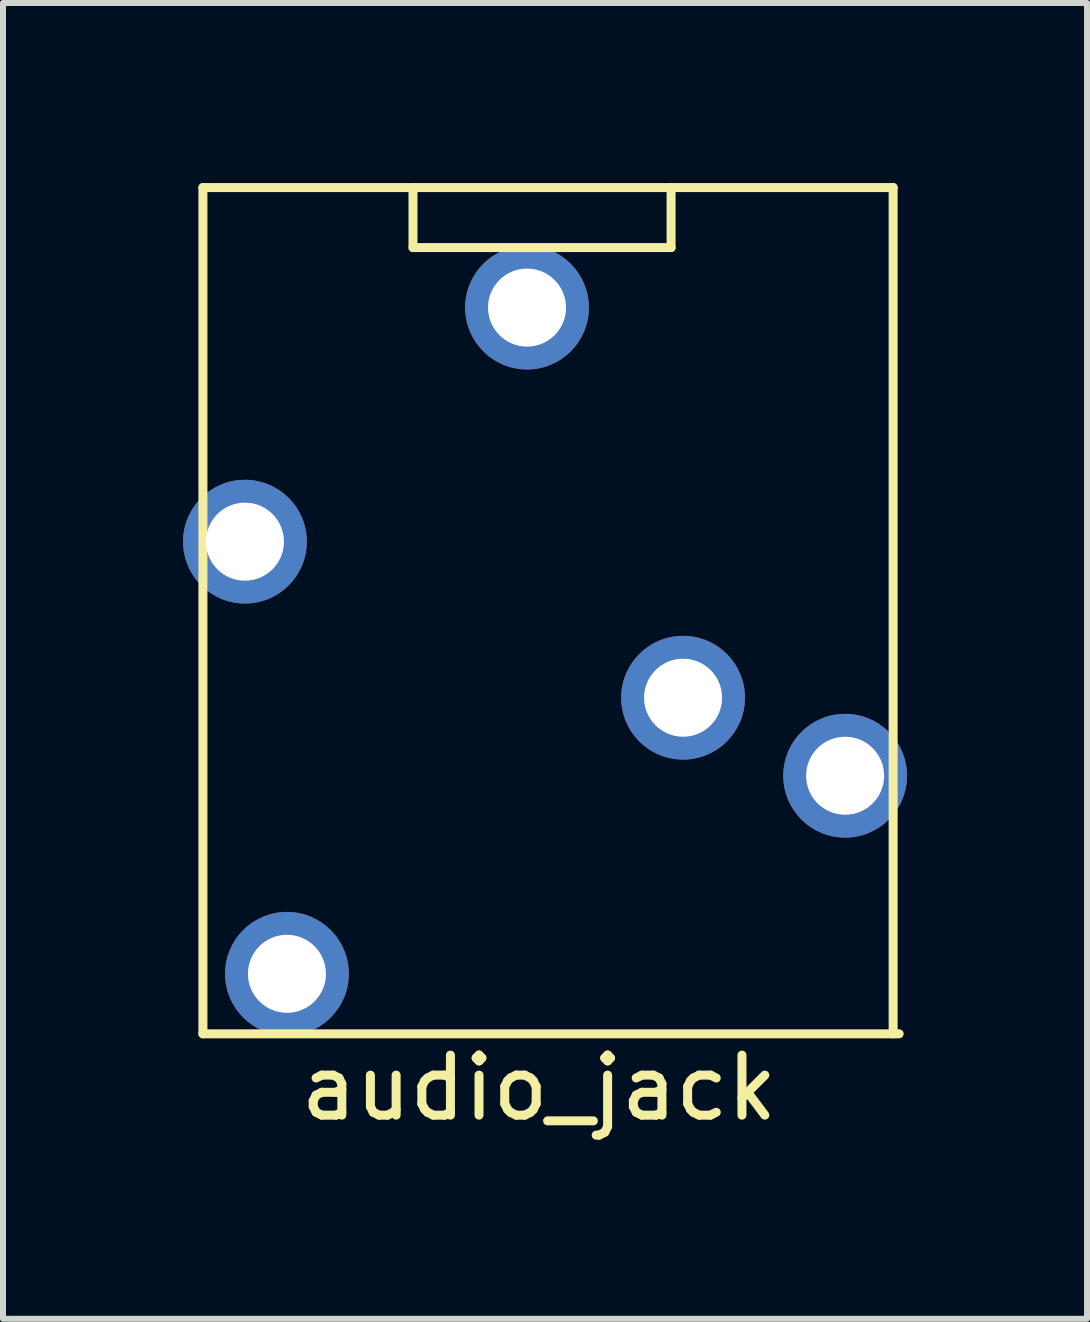
<source format=kicad_pcb>
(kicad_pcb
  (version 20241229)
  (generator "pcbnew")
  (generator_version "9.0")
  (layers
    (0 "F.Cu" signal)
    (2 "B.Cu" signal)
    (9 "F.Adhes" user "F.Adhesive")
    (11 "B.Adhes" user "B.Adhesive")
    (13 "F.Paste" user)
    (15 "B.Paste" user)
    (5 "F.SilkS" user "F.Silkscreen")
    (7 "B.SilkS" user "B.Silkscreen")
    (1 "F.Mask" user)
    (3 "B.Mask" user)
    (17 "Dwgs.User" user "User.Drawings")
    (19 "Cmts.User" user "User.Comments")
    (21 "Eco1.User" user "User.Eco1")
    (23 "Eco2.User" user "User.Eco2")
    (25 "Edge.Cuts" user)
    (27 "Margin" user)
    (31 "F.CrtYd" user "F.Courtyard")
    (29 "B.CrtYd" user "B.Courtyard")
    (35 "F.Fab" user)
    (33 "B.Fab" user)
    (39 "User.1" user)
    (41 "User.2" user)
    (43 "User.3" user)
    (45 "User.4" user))
  (footprint "audio_jack"
    (layer "F.Cu")
    (at 5.931 14.575)
    (property "Reference" "audio_jack" (at 0 0.5 0) (layer "F.SilkS") (effects (font (size 1 1) (thickness 0.15))))
    (attr through_hole)
    (fp_line (start -5.6 -14.5) (end -5.6 -0.4) (stroke (width 0.15) (type solid)) (layer "F.SilkS"))
    (fp_line (start -5.6 -0.4) (end 6 -0.4) (stroke (width 0.15) (type solid)) (layer "F.SilkS"))
    (fp_line (start -2.1 -13.5) (end -2.1 -14.5) (stroke (width 0.15) (type solid)) (layer "F.SilkS"))
    (fp_line (start 2.2 -14.5) (end 2.2 -13.5) (stroke (width 0.15) (type solid)) (layer "F.SilkS"))
    (fp_line (start 2.2 -13.5) (end -2.1 -13.5) (stroke (width 0.15) (type solid)) (layer "F.SilkS"))
    (fp_line (start 5.9 -14.5) (end -5.6 -14.5) (stroke (width 0.15) (type solid)) (layer "F.SilkS"))
    (fp_line (start 5.9 -0.4) (end 5.9 -14.5) (stroke (width 0.15) (type solid)) (layer "F.SilkS"))
    (pad "1" thru_hole circle (at -0.2 -12.5 180) (size 2.062 2.062) (drill 1.3) (layers "*.Cu" "*.Mask"))
    (pad "2" thru_hole circle (at -4.9 -8.6 180) (size 2.062 2.062) (drill 1.3) (layers "*.Cu" "*.Mask"))
    (pad "3" thru_hole circle (at -4.2 -1.4 180) (size 2.062 2.062) (drill 1.3) (layers "*.Cu" "*.Mask"))
    (pad "4" thru_hole circle (at 2.4 -6 180) (size 2.062 2.062) (drill 1.3) (layers "*.Cu" "*.Mask"))
    (pad "5" thru_hole circle (at 5.1 -4.7 180) (size 2.062 2.062) (drill 1.3) (layers "*.Cu" "*.Mask")))
  (gr_rect
    (start -3 -3)
    (end 15.062 18.923)
    (stroke (width 0.1) (type default))
    (fill no)
    (layer "Edge.Cuts")))
</source>
